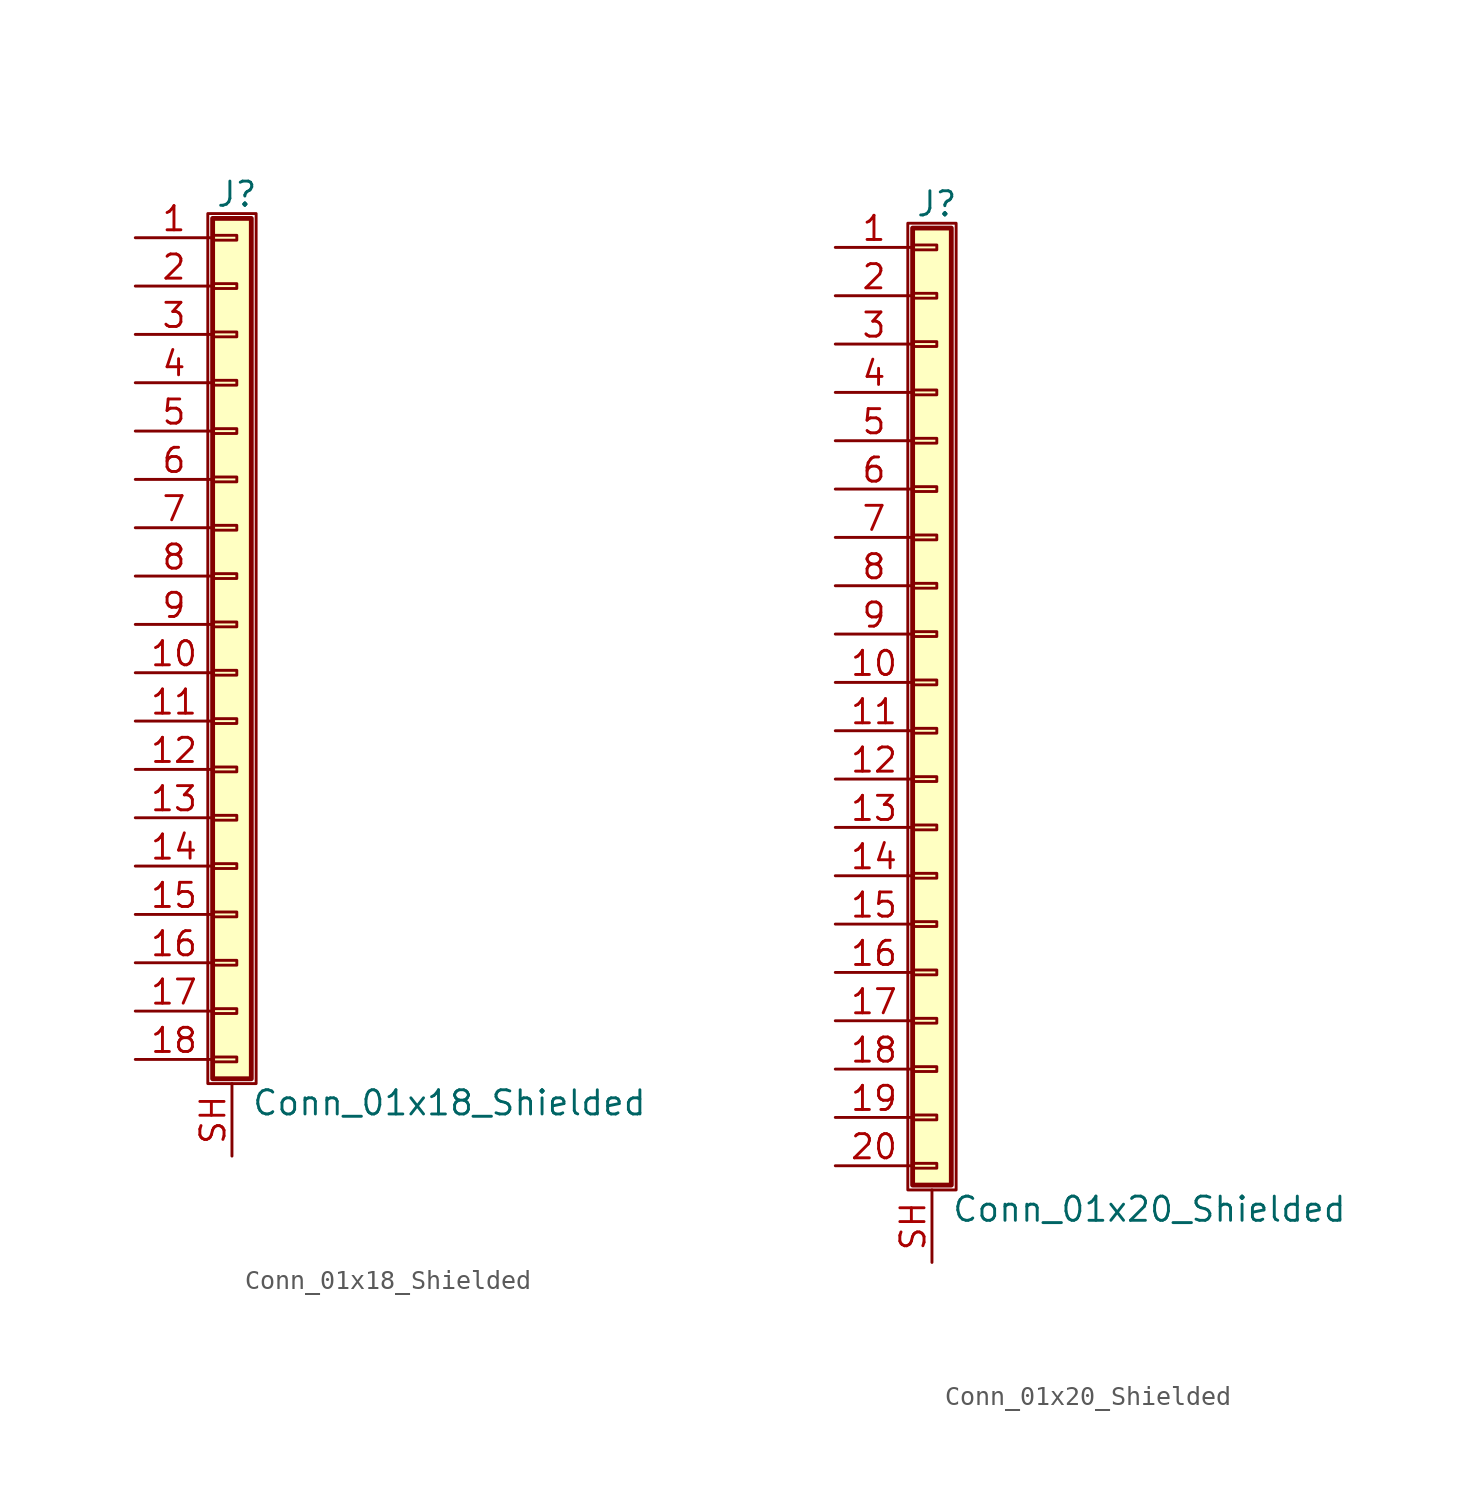
<source format=kicad_sym>
(kicad_symbol_lib
  (version 20211014)
  (generator kicad_symbol_editor)
  (symbol "Conn_01x18_Shielded"
    (pin_names
      (offset 1.016) hide)
    (property "Reference" "J"
      (at 0.254 22.606 0)
      (effects (font (size 1.27 1.27))))
    (property "Value" "Conn_01x18_Shielded"
      (at 1.016 -25.146 0)
      (effects (font (size 1.27 1.27)) (justify left)))
    (symbol "Conn_01x18_Shielded_1_1"
      (rectangle (start -1.27 21.59) (end 1.27 -24.13) (stroke (width 0.152) (type default) (color 0 0 0 0)) (fill (type none)))
      (rectangle (start -1.016 -22.733) (end 0.254 -22.987) (stroke (width 0.152) (type default) (color 0 0 0 0)) (fill (type none)))
      (rectangle (start -1.016 -20.193) (end 0.254 -20.447) (stroke (width 0.152) (type default) (color 0 0 0 0)) (fill (type none)))
      (rectangle (start -1.016 -17.653) (end 0.254 -17.907) (stroke (width 0.152) (type default) (color 0 0 0 0)) (fill (type none)))
      (rectangle (start -1.016 -15.113) (end 0.254 -15.367) (stroke (width 0.152) (type default) (color 0 0 0 0)) (fill (type none)))
      (rectangle (start -1.016 -12.573) (end 0.254 -12.827) (stroke (width 0.152) (type default) (color 0 0 0 0)) (fill (type none)))
      (rectangle (start -1.016 -10.033) (end 0.254 -10.287) (stroke (width 0.152) (type default) (color 0 0 0 0)) (fill (type none)))
      (rectangle (start -1.016 -7.493) (end 0.254 -7.747) (stroke (width 0.152) (type default) (color 0 0 0 0)) (fill (type none)))
      (rectangle (start -1.016 -4.953) (end 0.254 -5.207) (stroke (width 0.152) (type default) (color 0 0 0 0)) (fill (type none)))
      (rectangle (start -1.016 -2.413) (end 0.254 -2.667) (stroke (width 0.152) (type default) (color 0 0 0 0)) (fill (type none)))
      (rectangle (start -1.016 0.127) (end 0.254 -0.127) (stroke (width 0.152) (type default) (color 0 0 0 0)) (fill (type none)))
      (rectangle (start -1.016 2.667) (end 0.254 2.413) (stroke (width 0.152) (type default) (color 0 0 0 0)) (fill (type none)))
      (rectangle (start -1.016 5.207) (end 0.254 4.953) (stroke (width 0.152) (type default) (color 0 0 0 0)) (fill (type none)))
      (rectangle (start -1.016 7.747) (end 0.254 7.493) (stroke (width 0.152) (type default) (color 0 0 0 0)) (fill (type none)))
      (rectangle (start -1.016 10.287) (end 0.254 10.033) (stroke (width 0.152) (type default) (color 0 0 0 0)) (fill (type none)))
      (rectangle (start -1.016 12.827) (end 0.254 12.573) (stroke (width 0.152) (type default) (color 0 0 0 0)) (fill (type none)))
      (rectangle (start -1.016 15.367) (end 0.254 15.113) (stroke (width 0.152) (type default) (color 0 0 0 0)) (fill (type none)))
      (rectangle (start -1.016 17.907) (end 0.254 17.653) (stroke (width 0.152) (type default) (color 0 0 0 0)) (fill (type none)))
      (rectangle (start -1.016 20.447) (end 0.254 20.193) (stroke (width 0.152) (type default) (color 0 0 0 0)) (fill (type none)))
      (rectangle (start -1.016 21.336) (end 1.016 -23.876) (stroke (width 0.254) (type default) (color 0 0 0 0)) (fill (type background)))
      (pin passive line (at -5.08 20.32 0) (length 4.064) (name "Pin_1" (effects (font (size 1.27 1.27)))) (number "1" (effects (font (size 1.27 1.27)))))
      (pin passive line (at -5.08 -2.54 0) (length 4.064) (name "Pin_10" (effects (font (size 1.27 1.27)))) (number "10" (effects (font (size 1.27 1.27)))))
      (pin passive line (at -5.08 -5.08 0) (length 4.064) (name "Pin_11" (effects (font (size 1.27 1.27)))) (number "11" (effects (font (size 1.27 1.27)))))
      (pin passive line (at -5.08 -7.62 0) (length 4.064) (name "Pin_12" (effects (font (size 1.27 1.27)))) (number "12" (effects (font (size 1.27 1.27)))))
      (pin passive line (at -5.08 -10.16 0) (length 4.064) (name "Pin_13" (effects (font (size 1.27 1.27)))) (number "13" (effects (font (size 1.27 1.27)))))
      (pin passive line (at -5.08 -12.7 0) (length 4.064) (name "Pin_14" (effects (font (size 1.27 1.27)))) (number "14" (effects (font (size 1.27 1.27)))))
      (pin passive line (at -5.08 -15.24 0) (length 4.064) (name "Pin_15" (effects (font (size 1.27 1.27)))) (number "15" (effects (font (size 1.27 1.27)))))
      (pin passive line (at -5.08 -17.78 0) (length 4.064) (name "Pin_16" (effects (font (size 1.27 1.27)))) (number "16" (effects (font (size 1.27 1.27)))))
      (pin passive line (at -5.08 -20.32 0) (length 4.064) (name "Pin_17" (effects (font (size 1.27 1.27)))) (number "17" (effects (font (size 1.27 1.27)))))
      (pin passive line (at -5.08 -22.86 0) (length 4.064) (name "Pin_18" (effects (font (size 1.27 1.27)))) (number "18" (effects (font (size 1.27 1.27)))))
      (pin passive line (at -5.08 17.78 0) (length 4.064) (name "Pin_2" (effects (font (size 1.27 1.27)))) (number "2" (effects (font (size 1.27 1.27)))))
      (pin passive line (at -5.08 15.24 0) (length 4.064) (name "Pin_3" (effects (font (size 1.27 1.27)))) (number "3" (effects (font (size 1.27 1.27)))))
      (pin passive line (at -5.08 12.7 0) (length 4.064) (name "Pin_4" (effects (font (size 1.27 1.27)))) (number "4" (effects (font (size 1.27 1.27)))))
      (pin passive line (at -5.08 10.16 0) (length 4.064) (name "Pin_5" (effects (font (size 1.27 1.27)))) (number "5" (effects (font (size 1.27 1.27)))))
      (pin passive line (at -5.08 7.62 0) (length 4.064) (name "Pin_6" (effects (font (size 1.27 1.27)))) (number "6" (effects (font (size 1.27 1.27)))))
      (pin passive line (at -5.08 5.08 0) (length 4.064) (name "Pin_7" (effects (font (size 1.27 1.27)))) (number "7" (effects (font (size 1.27 1.27)))))
      (pin passive line (at -5.08 2.54 0) (length 4.064) (name "Pin_8" (effects (font (size 1.27 1.27)))) (number "8" (effects (font (size 1.27 1.27)))))
      (pin passive line (at -5.08 0 0) (length 4.064) (name "Pin_9" (effects (font (size 1.27 1.27)))) (number "9" (effects (font (size 1.27 1.27)))))
      (pin passive line (at 0 -27.94 90) (length 3.81) (name "Shield" (effects (font (size 1.27 1.27)))) (number "SH" (effects (font (size 1.27 1.27)))))))
  (symbol "Conn_01x20_Shielded"
    (pin_names
      (offset 1.016) hide)
    (property "Reference" "J"
      (at 0.254 25.146 0)
      (effects (font (size 1.27 1.27))))
    (property "Value" "Conn_01x20_Shielded"
      (at 1.016 -27.686 0)
      (effects (font (size 1.27 1.27)) (justify left)))
    (symbol "Conn_01x20_Shielded_1_1"
      (rectangle (start -1.27 24.13) (end 1.27 -26.67) (stroke (width 0.152) (type default) (color 0 0 0 0)) (fill (type none)))
      (rectangle (start -1.016 -25.273) (end 0.254 -25.527) (stroke (width 0.152) (type default) (color 0 0 0 0)) (fill (type none)))
      (rectangle (start -1.016 -22.733) (end 0.254 -22.987) (stroke (width 0.152) (type default) (color 0 0 0 0)) (fill (type none)))
      (rectangle (start -1.016 -20.193) (end 0.254 -20.447) (stroke (width 0.152) (type default) (color 0 0 0 0)) (fill (type none)))
      (rectangle (start -1.016 -17.653) (end 0.254 -17.907) (stroke (width 0.152) (type default) (color 0 0 0 0)) (fill (type none)))
      (rectangle (start -1.016 -15.113) (end 0.254 -15.367) (stroke (width 0.152) (type default) (color 0 0 0 0)) (fill (type none)))
      (rectangle (start -1.016 -12.573) (end 0.254 -12.827) (stroke (width 0.152) (type default) (color 0 0 0 0)) (fill (type none)))
      (rectangle (start -1.016 -10.033) (end 0.254 -10.287) (stroke (width 0.152) (type default) (color 0 0 0 0)) (fill (type none)))
      (rectangle (start -1.016 -7.493) (end 0.254 -7.747) (stroke (width 0.152) (type default) (color 0 0 0 0)) (fill (type none)))
      (rectangle (start -1.016 -4.953) (end 0.254 -5.207) (stroke (width 0.152) (type default) (color 0 0 0 0)) (fill (type none)))
      (rectangle (start -1.016 -2.413) (end 0.254 -2.667) (stroke (width 0.152) (type default) (color 0 0 0 0)) (fill (type none)))
      (rectangle (start -1.016 0.127) (end 0.254 -0.127) (stroke (width 0.152) (type default) (color 0 0 0 0)) (fill (type none)))
      (rectangle (start -1.016 2.667) (end 0.254 2.413) (stroke (width 0.152) (type default) (color 0 0 0 0)) (fill (type none)))
      (rectangle (start -1.016 5.207) (end 0.254 4.953) (stroke (width 0.152) (type default) (color 0 0 0 0)) (fill (type none)))
      (rectangle (start -1.016 7.747) (end 0.254 7.493) (stroke (width 0.152) (type default) (color 0 0 0 0)) (fill (type none)))
      (rectangle (start -1.016 10.287) (end 0.254 10.033) (stroke (width 0.152) (type default) (color 0 0 0 0)) (fill (type none)))
      (rectangle (start -1.016 12.827) (end 0.254 12.573) (stroke (width 0.152) (type default) (color 0 0 0 0)) (fill (type none)))
      (rectangle (start -1.016 15.367) (end 0.254 15.113) (stroke (width 0.152) (type default) (color 0 0 0 0)) (fill (type none)))
      (rectangle (start -1.016 17.907) (end 0.254 17.653) (stroke (width 0.152) (type default) (color 0 0 0 0)) (fill (type none)))
      (rectangle (start -1.016 20.447) (end 0.254 20.193) (stroke (width 0.152) (type default) (color 0 0 0 0)) (fill (type none)))
      (rectangle (start -1.016 22.987) (end 0.254 22.733) (stroke (width 0.152) (type default) (color 0 0 0 0)) (fill (type none)))
      (rectangle (start -1.016 23.876) (end 1.016 -26.416) (stroke (width 0.254) (type default) (color 0 0 0 0)) (fill (type background)))
      (pin passive line (at -5.08 22.86 0) (length 4.064) (name "Pin_1" (effects (font (size 1.27 1.27)))) (number "1" (effects (font (size 1.27 1.27)))))
      (pin passive line (at -5.08 0 0) (length 4.064) (name "Pin_10" (effects (font (size 1.27 1.27)))) (number "10" (effects (font (size 1.27 1.27)))))
      (pin passive line (at -5.08 -2.54 0) (length 4.064) (name "Pin_11" (effects (font (size 1.27 1.27)))) (number "11" (effects (font (size 1.27 1.27)))))
      (pin passive line (at -5.08 -5.08 0) (length 4.064) (name "Pin_12" (effects (font (size 1.27 1.27)))) (number "12" (effects (font (size 1.27 1.27)))))
      (pin passive line (at -5.08 -7.62 0) (length 4.064) (name "Pin_13" (effects (font (size 1.27 1.27)))) (number "13" (effects (font (size 1.27 1.27)))))
      (pin passive line (at -5.08 -10.16 0) (length 4.064) (name "Pin_14" (effects (font (size 1.27 1.27)))) (number "14" (effects (font (size 1.27 1.27)))))
      (pin passive line (at -5.08 -12.7 0) (length 4.064) (name "Pin_15" (effects (font (size 1.27 1.27)))) (number "15" (effects (font (size 1.27 1.27)))))
      (pin passive line (at -5.08 -15.24 0) (length 4.064) (name "Pin_16" (effects (font (size 1.27 1.27)))) (number "16" (effects (font (size 1.27 1.27)))))
      (pin passive line (at -5.08 -17.78 0) (length 4.064) (name "Pin_17" (effects (font (size 1.27 1.27)))) (number "17" (effects (font (size 1.27 1.27)))))
      (pin passive line (at -5.08 -20.32 0) (length 4.064) (name "Pin_18" (effects (font (size 1.27 1.27)))) (number "18" (effects (font (size 1.27 1.27)))))
      (pin passive line (at -5.08 -22.86 0) (length 4.064) (name "Pin_19" (effects (font (size 1.27 1.27)))) (number "19" (effects (font (size 1.27 1.27)))))
      (pin passive line (at -5.08 20.32 0) (length 4.064) (name "Pin_2" (effects (font (size 1.27 1.27)))) (number "2" (effects (font (size 1.27 1.27)))))
      (pin passive line (at -5.08 -25.4 0) (length 4.064) (name "Pin_20" (effects (font (size 1.27 1.27)))) (number "20" (effects (font (size 1.27 1.27)))))
      (pin passive line (at -5.08 17.78 0) (length 4.064) (name "Pin_3" (effects (font (size 1.27 1.27)))) (number "3" (effects (font (size 1.27 1.27)))))
      (pin passive line (at -5.08 15.24 0) (length 4.064) (name "Pin_4" (effects (font (size 1.27 1.27)))) (number "4" (effects (font (size 1.27 1.27)))))
      (pin passive line (at -5.08 12.7 0) (length 4.064) (name "Pin_5" (effects (font (size 1.27 1.27)))) (number "5" (effects (font (size 1.27 1.27)))))
      (pin passive line (at -5.08 10.16 0) (length 4.064) (name "Pin_6" (effects (font (size 1.27 1.27)))) (number "6" (effects (font (size 1.27 1.27)))))
      (pin passive line (at -5.08 7.62 0) (length 4.064) (name "Pin_7" (effects (font (size 1.27 1.27)))) (number "7" (effects (font (size 1.27 1.27)))))
      (pin passive line (at -5.08 5.08 0) (length 4.064) (name "Pin_8" (effects (font (size 1.27 1.27)))) (number "8" (effects (font (size 1.27 1.27)))))
      (pin passive line (at -5.08 2.54 0) (length 4.064) (name "Pin_9" (effects (font (size 1.27 1.27)))) (number "9" (effects (font (size 1.27 1.27)))))
      (pin passive line (at 0 -30.48 90) (length 3.81) (name "Shield" (effects (font (size 1.27 1.27)))) (number "SH" (effects (font (size 1.27 1.27))))))))
</source>
